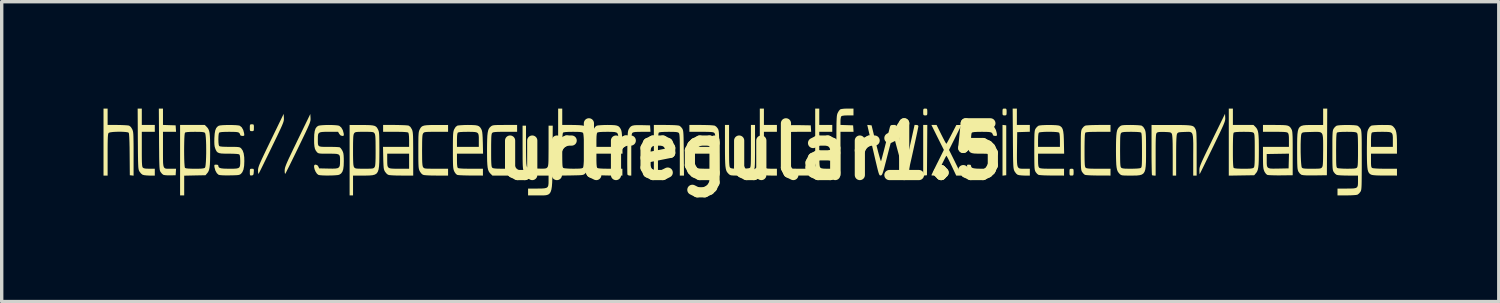
<source format=kicad_pcb>
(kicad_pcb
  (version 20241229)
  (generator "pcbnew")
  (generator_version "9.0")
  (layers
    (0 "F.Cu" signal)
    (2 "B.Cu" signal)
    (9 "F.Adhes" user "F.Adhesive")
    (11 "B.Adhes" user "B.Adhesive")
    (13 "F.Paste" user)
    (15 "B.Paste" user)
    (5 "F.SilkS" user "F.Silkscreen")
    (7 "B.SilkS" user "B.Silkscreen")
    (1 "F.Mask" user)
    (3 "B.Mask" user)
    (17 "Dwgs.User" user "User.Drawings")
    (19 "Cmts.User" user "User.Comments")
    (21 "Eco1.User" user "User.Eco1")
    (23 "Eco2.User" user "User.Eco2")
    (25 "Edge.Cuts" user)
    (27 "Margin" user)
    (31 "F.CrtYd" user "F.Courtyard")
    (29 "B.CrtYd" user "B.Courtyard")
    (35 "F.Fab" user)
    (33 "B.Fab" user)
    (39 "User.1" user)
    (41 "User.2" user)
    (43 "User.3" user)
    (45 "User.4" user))
  (footprint "urlregular1.5"
    (layer "F.Cu")
    (at 19.055 1.418)
    (property "Reference" "urlregular1.5" (at 0 0 0) (layer "F.SilkS") (effects (font (size 1.524 1.524) (thickness 0.3))))
    (attr board_only exclude_from_pos_files exclude_from_bom)
    (fp_poly (pts (xy 5.207 0.695) (xy 5.152 0.701) (xy 5.096 0.708) (xy 5.096 -0.786) (xy 5.217 -0.786)) (stroke (width 0) (type solid)) (fill yes) (layer "F.SilkS"))
    (fp_poly (pts (xy 7.488 -0.782) (xy 7.543 -0.775) (xy 7.543 0.695) (xy 7.488 0.701) (xy 7.433 0.708) (xy 7.433 -0.788)) (stroke (width 0) (type solid)) (fill yes) (layer "F.SilkS"))
    (fp_poly (pts (xy -14.648 -0.804) (xy -14.63 -0.79) (xy -14.624 -0.755) (xy -14.624 -0.705) (xy -14.625 -0.645) (xy -14.633 -0.616) (xy -14.654 -0.605) (xy -14.684 -0.604) (xy -14.72 -0.606) (xy -14.738 -0.62) (xy -14.744 -0.655) (xy -14.744 -0.705) (xy -14.743 -0.765) (xy -14.735 -0.794) (xy -14.714 -0.805) (xy -14.684 -0.806)) (stroke (width 0) (type solid)) (fill yes) (layer "F.SilkS"))
    (fp_poly (pts (xy -14.646 0.506) (xy -14.629 0.519) (xy -14.625 0.553) (xy -14.628 0.599) (xy -14.634 0.658) (xy -14.646 0.687) (xy -14.672 0.699) (xy -14.689 0.701) (xy -14.722 0.703) (xy -14.738 0.691) (xy -14.744 0.656) (xy -14.744 0.606) (xy -14.743 0.546) (xy -14.735 0.515) (xy -14.715 0.505) (xy -14.683 0.504)) (stroke (width 0) (type solid)) (fill yes) (layer "F.SilkS"))
    (fp_poly (pts (xy 3.243 0.507) (xy 3.258 0.523) (xy 3.263 0.564) (xy 3.263 0.604) (xy 3.261 0.664) (xy 3.253 0.694) (xy 3.233 0.704) (xy 3.213 0.705) (xy 3.183 0.702) (xy 3.168 0.685) (xy 3.163 0.645) (xy 3.162 0.604) (xy 3.164 0.545) (xy 3.172 0.515) (xy 3.193 0.505) (xy 3.213 0.504)) (stroke (width 0) (type solid)) (fill yes) (layer "F.SilkS"))
    (fp_poly (pts (xy 5.192 -1.267) (xy 5.21 -1.253) (xy 5.216 -1.218) (xy 5.217 -1.168) (xy 5.216 -1.109) (xy 5.208 -1.079) (xy 5.186 -1.069) (xy 5.157 -1.068) (xy 5.121 -1.07) (xy 5.103 -1.083) (xy 5.097 -1.119) (xy 5.096 -1.168) (xy 5.097 -1.228) (xy 5.106 -1.258) (xy 5.127 -1.268) (xy 5.157 -1.269)) (stroke (width 0) (type solid)) (fill yes) (layer "F.SilkS"))
    (fp_poly (pts (xy 7.529 -1.267) (xy 7.547 -1.253) (xy 7.553 -1.218) (xy 7.554 -1.168) (xy 7.552 -1.109) (xy 7.544 -1.079) (xy 7.523 -1.069) (xy 7.493 -1.068) (xy 7.457 -1.07) (xy 7.439 -1.083) (xy 7.433 -1.119) (xy 7.433 -1.168) (xy 7.434 -1.228) (xy 7.442 -1.258) (xy 7.463 -1.268) (xy 7.493 -1.269)) (stroke (width 0) (type solid)) (fill yes) (layer "F.SilkS"))
    (fp_poly (pts (xy 9.503 0.506) (xy 9.521 0.519) (xy 9.527 0.555) (xy 9.528 0.604) (xy 9.526 0.664) (xy 9.518 0.694) (xy 9.497 0.704) (xy 9.467 0.705) (xy 9.431 0.703) (xy 9.413 0.689) (xy 9.407 0.654) (xy 9.407 0.604) (xy 9.408 0.545) (xy 9.416 0.515) (xy 9.437 0.505) (xy 9.467 0.504)) (stroke (width 0) (type solid)) (fill yes) (layer "F.SilkS"))
    (fp_poly (pts (xy -13.741 -0.997) (xy -13.74 -0.968) (xy -13.741 -0.939) (xy -13.746 -0.909) (xy -13.756 -0.872) (xy -13.773 -0.825) (xy -13.798 -0.764) (xy -13.833 -0.686) (xy -13.88 -0.586) (xy -13.939 -0.461) (xy -14.013 -0.308) (xy -14.103 -0.123) (xy -14.182 0.04) (xy -14.256 0.191) (xy -14.323 0.328) (xy -14.381 0.446) (xy -14.428 0.541) (xy -14.463 0.609) (xy -14.483 0.647) (xy -14.487 0.654) (xy -14.495 0.646) (xy -14.501 0.607) (xy -14.503 0.559) (xy -14.502 0.53) (xy -14.498 0.499) (xy -14.49 0.464) (xy -14.476 0.42) (xy -14.454 0.364) (xy -14.423 0.293) (xy -14.382 0.202) (xy -14.328 0.088) (xy -14.261 -0.053) (xy -14.178 -0.224) (xy -14.125 -0.334) (xy -13.747 -1.113)) (stroke (width 0) (type solid)) (fill yes) (layer "F.SilkS"))
    (fp_poly (pts (xy -12.956 -0.994) (xy -12.955 -0.964) (xy -12.956 -0.936) (xy -12.96 -0.906) (xy -12.971 -0.868) (xy -12.987 -0.821) (xy -13.013 -0.76) (xy -13.048 -0.682) (xy -13.094 -0.582) (xy -13.154 -0.457) (xy -13.228 -0.303) (xy -13.316 -0.122) (xy -13.395 0.041) (xy -13.469 0.192) (xy -13.536 0.329) (xy -13.594 0.447) (xy -13.642 0.541) (xy -13.676 0.61) (xy -13.696 0.647) (xy -13.7 0.654) (xy -13.709 0.647) (xy -13.716 0.607) (xy -13.717 0.561) (xy -13.716 0.531) (xy -13.712 0.501) (xy -13.704 0.465) (xy -13.689 0.421) (xy -13.667 0.364) (xy -13.636 0.292) (xy -13.594 0.199) (xy -13.539 0.084) (xy -13.471 -0.059) (xy -13.387 -0.232) (xy -13.34 -0.331) (xy -12.962 -1.109)) (stroke (width 0) (type solid)) (fill yes) (layer "F.SilkS"))
    (fp_poly (pts (xy 13.995 -1.004) (xy 13.996 -0.976) (xy 13.994 -0.949) (xy 13.989 -0.917) (xy 13.978 -0.879) (xy 13.96 -0.831) (xy 13.934 -0.767) (xy 13.897 -0.686) (xy 13.849 -0.583) (xy 13.788 -0.455) (xy 13.712 -0.297) (xy 13.626 -0.12) (xy 13.546 0.044) (xy 13.472 0.197) (xy 13.405 0.334) (xy 13.347 0.453) (xy 13.3 0.548) (xy 13.266 0.617) (xy 13.246 0.656) (xy 13.242 0.663) (xy 13.238 0.649) (xy 13.235 0.606) (xy 13.234 0.552) (xy 13.234 0.522) (xy 13.237 0.492) (xy 13.244 0.458) (xy 13.257 0.417) (xy 13.277 0.365) (xy 13.305 0.298) (xy 13.344 0.213) (xy 13.395 0.105) (xy 13.459 -0.028) (xy 13.538 -0.19) (xy 13.611 -0.341) (xy 13.989 -1.115)) (stroke (width 0) (type solid)) (fill yes) (layer "F.SilkS"))
    (fp_poly (pts (xy 3.042 -1.068) (xy 2.874 -1.068) (xy 2.781 -1.065) (xy 2.715 -1.056) (xy 2.683 -1.043) (xy 2.67 -1.011) (xy 2.661 -0.953) (xy 2.659 -0.903) (xy 2.659 -0.787) (xy 2.845 -0.781) (xy 3.031 -0.775) (xy 3.038 -0.68) (xy 3.044 -0.584) (xy 2.659 -0.584) (xy 2.659 0.705) (xy 2.538 0.705) (xy 2.538 -0.176) (xy 2.539 -0.389) (xy 2.539 -0.565) (xy 2.54 -0.709) (xy 2.541 -0.824) (xy 2.544 -0.914) (xy 2.547 -0.984) (xy 2.551 -1.036) (xy 2.556 -1.075) (xy 2.563 -1.104) (xy 2.571 -1.128) (xy 2.577 -1.141) (xy 2.609 -1.198) (xy 2.644 -1.239) (xy 2.656 -1.247) (xy 2.694 -1.257) (xy 2.76 -1.265) (xy 2.842 -1.269) (xy 2.869 -1.269) (xy 3.042 -1.269)) (stroke (width 0) (type solid)) (fill yes) (layer "F.SilkS"))
    (fp_poly (pts (xy 0.403 -0.786) (xy 0.786 -0.786) (xy 0.786 -0.584) (xy 0.403 -0.584) (xy 0.403 -0.072) (xy 0.403 0.088) (xy 0.404 0.213) (xy 0.406 0.307) (xy 0.41 0.374) (xy 0.415 0.421) (xy 0.422 0.45) (xy 0.431 0.468) (xy 0.435 0.472) (xy 0.465 0.49) (xy 0.519 0.5) (xy 0.603 0.503) (xy 0.626 0.504) (xy 0.786 0.504) (xy 0.786 0.705) (xy 0.616 0.705) (xy 0.53 0.704) (xy 0.472 0.698) (xy 0.432 0.686) (xy 0.399 0.665) (xy 0.387 0.655) (xy 0.363 0.633) (xy 0.343 0.608) (xy 0.326 0.576) (xy 0.313 0.534) (xy 0.303 0.478) (xy 0.295 0.405) (xy 0.29 0.311) (xy 0.286 0.192) (xy 0.284 0.045) (xy 0.282 -0.135) (xy 0.282 -0.349) (xy 0.282 -0.422) (xy 0.282 -1.269) (xy 0.403 -1.269)) (stroke (width 0) (type solid)) (fill yes) (layer "F.SilkS"))
    (fp_poly (pts (xy 2.034 -0.786) (xy 2.417 -0.786) (xy 2.417 -0.584) (xy 2.034 -0.584) (xy 2.034 -0.072) (xy 2.035 0.088) (xy 2.036 0.213) (xy 2.038 0.307) (xy 2.041 0.374) (xy 2.046 0.421) (xy 2.053 0.45) (xy 2.063 0.468) (xy 2.066 0.472) (xy 2.097 0.49) (xy 2.151 0.5) (xy 2.235 0.503) (xy 2.257 0.504) (xy 2.417 0.504) (xy 2.417 0.705) (xy 2.247 0.705) (xy 2.161 0.704) (xy 2.104 0.698) (xy 2.064 0.686) (xy 2.03 0.665) (xy 2.018 0.655) (xy 1.994 0.633) (xy 1.974 0.608) (xy 1.958 0.576) (xy 1.945 0.534) (xy 1.934 0.478) (xy 1.927 0.405) (xy 1.921 0.311) (xy 1.917 0.192) (xy 1.915 0.045) (xy 1.914 -0.135) (xy 1.914 -0.349) (xy 1.914 -0.422) (xy 1.914 -1.269) (xy 2.034 -1.269)) (stroke (width 0) (type solid)) (fill yes) (layer "F.SilkS"))
    (fp_poly (pts (xy 7.856 -0.786) (xy 8.238 -0.786) (xy 8.238 -0.586) (xy 8.052 -0.58) (xy 7.866 -0.574) (xy 7.86 -0.083) (xy 7.858 0.086) (xy 7.858 0.219) (xy 7.861 0.32) (xy 7.868 0.394) (xy 7.882 0.445) (xy 7.904 0.477) (xy 7.935 0.495) (xy 7.977 0.502) (xy 8.032 0.504) (xy 8.078 0.504) (xy 8.238 0.504) (xy 8.238 0.705) (xy 8.082 0.705) (xy 8 0.701) (xy 7.927 0.693) (xy 7.879 0.681) (xy 7.876 0.679) (xy 7.835 0.646) (xy 7.795 0.592) (xy 7.785 0.574) (xy 7.775 0.553) (xy 7.767 0.529) (xy 7.761 0.499) (xy 7.755 0.458) (xy 7.751 0.404) (xy 7.748 0.331) (xy 7.745 0.237) (xy 7.743 0.117) (xy 7.742 -0.032) (xy 7.74 -0.215) (xy 7.739 -0.388) (xy 7.732 -1.269) (xy 7.856 -1.269)) (stroke (width 0) (type solid)) (fill yes) (layer "F.SilkS"))
    (fp_poly (pts (xy -17.927 -0.786) (xy -17.544 -0.786) (xy -17.544 -0.584) (xy -17.927 -0.584) (xy -17.927 -0.072) (xy -17.927 0.088) (xy -17.926 0.213) (xy -17.924 0.307) (xy -17.92 0.374) (xy -17.915 0.421) (xy -17.908 0.45) (xy -17.899 0.468) (xy -17.895 0.472) (xy -17.865 0.49) (xy -17.811 0.5) (xy -17.727 0.503) (xy -17.704 0.504) (xy -17.544 0.504) (xy -17.544 0.705) (xy -17.7 0.705) (xy -17.783 0.701) (xy -17.855 0.693) (xy -17.902 0.681) (xy -17.906 0.679) (xy -17.948 0.646) (xy -17.99 0.594) (xy -17.996 0.584) (xy -18.006 0.566) (xy -18.015 0.545) (xy -18.021 0.519) (xy -18.027 0.482) (xy -18.031 0.432) (xy -18.034 0.365) (xy -18.037 0.277) (xy -18.039 0.163) (xy -18.041 0.021) (xy -18.042 -0.154) (xy -18.044 -0.365) (xy -18.044 -0.378) (xy -18.049 -1.269) (xy -17.927 -1.269)) (stroke (width 0) (type solid)) (fill yes) (layer "F.SilkS"))
    (fp_poly (pts (xy -17.303 -0.787) (xy -17.116 -0.781) (xy -16.93 -0.775) (xy -16.924 -0.68) (xy -16.918 -0.584) (xy -17.303 -0.584) (xy -17.303 -0.061) (xy -17.303 0.105) (xy -17.302 0.234) (xy -17.3 0.333) (xy -17.292 0.404) (xy -17.279 0.452) (xy -17.258 0.482) (xy -17.227 0.498) (xy -17.185 0.504) (xy -17.13 0.504) (xy -17.071 0.504) (xy -16.918 0.504) (xy -16.924 0.599) (xy -16.93 0.695) (xy -17.091 0.699) (xy -17.173 0.698) (xy -17.243 0.693) (xy -17.289 0.684) (xy -17.294 0.682) (xy -17.333 0.651) (xy -17.371 0.603) (xy -17.375 0.598) (xy -17.384 0.581) (xy -17.392 0.56) (xy -17.398 0.532) (xy -17.403 0.492) (xy -17.407 0.438) (xy -17.41 0.366) (xy -17.413 0.271) (xy -17.415 0.151) (xy -17.416 0.000319) (xy -17.418 -0.183) (xy -17.419 -0.368) (xy -17.425 -1.269) (xy -17.303 -1.269)) (stroke (width 0) (type solid)) (fill yes) (layer "F.SilkS"))
    (fp_poly (pts (xy -3.2 -0.781) (xy -2.951 -0.775) (xy -2.945 -0.68) (xy -2.939 -0.584) (xy -3.19 -0.584) (xy -3.301 -0.583) (xy -3.378 -0.58) (xy -3.429 -0.573) (xy -3.46 -0.562) (xy -3.473 -0.552) (xy -3.482 -0.539) (xy -3.489 -0.516) (xy -3.495 -0.479) (xy -3.499 -0.423) (xy -3.502 -0.345) (xy -3.504 -0.24) (xy -3.505 -0.104) (xy -3.505 0.067) (xy -3.505 0.092) (xy -3.505 0.705) (xy -3.556 0.705) (xy -3.598 0.695) (xy -3.618 0.676) (xy -3.62 0.65) (xy -3.622 0.588) (xy -3.623 0.496) (xy -3.624 0.38) (xy -3.624 0.244) (xy -3.623 0.093) (xy -3.622 0.027) (xy -3.62 -0.151) (xy -3.618 -0.293) (xy -3.615 -0.404) (xy -3.611 -0.488) (xy -3.607 -0.55) (xy -3.601 -0.596) (xy -3.593 -0.628) (xy -3.584 -0.652) (xy -3.58 -0.659) (xy -3.549 -0.709) (xy -3.515 -0.744) (xy -3.47 -0.766) (xy -3.407 -0.778) (xy -3.319 -0.782)) (stroke (width 0) (type solid)) (fill yes) (layer "F.SilkS"))
    (fp_poly (pts (xy 5.629 -0.505) (xy 5.678 -0.409) (xy 5.72 -0.328) (xy 5.753 -0.269) (xy 5.775 -0.236) (xy 5.78 -0.231) (xy 5.792 -0.25) (xy 5.82 -0.299) (xy 5.859 -0.372) (xy 5.906 -0.461) (xy 5.932 -0.511) (xy 6.073 -0.785) (xy 6.149 -0.785) (xy 6.224 -0.786) (xy 5.857 -0.051) (xy 5.993 0.221) (xy 6.045 0.327) (xy 6.095 0.429) (xy 6.138 0.518) (xy 6.17 0.584) (xy 6.176 0.599) (xy 6.224 0.705) (xy 6.069 0.705) (xy 5.931 0.413) (xy 5.884 0.314) (xy 5.842 0.23) (xy 5.808 0.166) (xy 5.786 0.128) (xy 5.78 0.121) (xy 5.768 0.138) (xy 5.741 0.186) (xy 5.705 0.258) (xy 5.66 0.348) (xy 5.63 0.413) (xy 5.492 0.705) (xy 5.415 0.705) (xy 5.366 0.703) (xy 5.339 0.697) (xy 5.338 0.695) (xy 5.346 0.675) (xy 5.37 0.624) (xy 5.407 0.549) (xy 5.454 0.453) (xy 5.508 0.344) (xy 5.522 0.317) (xy 5.705 -0.051) (xy 5.521 -0.418) (xy 5.338 -0.786) (xy 5.49 -0.786)) (stroke (width 0) (type solid)) (fill yes) (layer "F.SilkS"))
    (fp_poly (pts (xy -2.355 -0.784) (xy -2.242 -0.781) (xy -2.156 -0.775) (xy -2.101 -0.767) (xy -2.089 -0.764) (xy -2.046 -0.732) (xy -2.005 -0.683) (xy -2.002 -0.678) (xy -1.992 -0.658) (xy -1.983 -0.634) (xy -1.976 -0.6) (xy -1.971 -0.554) (xy -1.967 -0.49) (xy -1.964 -0.404) (xy -1.962 -0.291) (xy -1.96 -0.147) (xy -1.958 0.033) (xy -1.958 0.045) (xy -1.952 0.705) (xy -2.075 0.705) (xy -2.075 0.092) (xy -2.075 -0.084) (xy -2.076 -0.225) (xy -2.077 -0.333) (xy -2.08 -0.414) (xy -2.084 -0.473) (xy -2.089 -0.512) (xy -2.096 -0.537) (xy -2.105 -0.551) (xy -2.106 -0.552) (xy -2.127 -0.566) (xy -2.163 -0.575) (xy -2.22 -0.581) (xy -2.305 -0.583) (xy -2.404 -0.584) (xy -2.535 -0.582) (xy -2.627 -0.577) (xy -2.681 -0.567) (xy -2.695 -0.56) (xy -2.702 -0.54) (xy -2.708 -0.496) (xy -2.713 -0.425) (xy -2.716 -0.323) (xy -2.718 -0.188) (xy -2.719 -0.017) (xy -2.719 0.085) (xy -2.719 0.705) (xy -2.84 0.705) (xy -2.84 -0.786) (xy -2.489 -0.786)) (stroke (width 0) (type solid)) (fill yes) (layer "F.SilkS"))
    (fp_poly (pts (xy -18.934 -0.786) (xy -18.643 -0.786) (xy -18.535 -0.784) (xy -18.437 -0.78) (xy -18.359 -0.775) (xy -18.309 -0.768) (xy -18.3 -0.766) (xy -18.252 -0.729) (xy -18.209 -0.661) (xy -18.209 -0.66) (xy -18.198 -0.633) (xy -18.189 -0.604) (xy -18.182 -0.566) (xy -18.177 -0.516) (xy -18.174 -0.449) (xy -18.172 -0.36) (xy -18.17 -0.244) (xy -18.169 -0.097) (xy -18.169 0.067) (xy -18.169 0.708) (xy -18.224 0.701) (xy -18.28 0.695) (xy -18.285 0.082) (xy -18.287 -0.123) (xy -18.291 -0.289) (xy -18.296 -0.415) (xy -18.302 -0.501) (xy -18.309 -0.548) (xy -18.313 -0.557) (xy -18.343 -0.57) (xy -18.405 -0.579) (xy -18.488 -0.585) (xy -18.583 -0.587) (xy -18.68 -0.585) (xy -18.77 -0.58) (xy -18.844 -0.571) (xy -18.892 -0.559) (xy -18.903 -0.552) (xy -18.912 -0.539) (xy -18.919 -0.516) (xy -18.924 -0.479) (xy -18.928 -0.423) (xy -18.931 -0.345) (xy -18.933 -0.24) (xy -18.934 -0.104) (xy -18.934 0.067) (xy -18.934 0.092) (xy -18.934 0.705) (xy -19.055 0.705) (xy -19.055 -1.269) (xy -18.934 -1.269)) (stroke (width 0) (type solid)) (fill yes) (layer "F.SilkS"))
    (fp_poly (pts (xy -6.869 -0.584) (xy -7.22 -0.584) (xy -7.351 -0.584) (xy -7.448 -0.582) (xy -7.516 -0.578) (xy -7.561 -0.572) (xy -7.588 -0.563) (xy -7.602 -0.552) (xy -7.613 -0.537) (xy -7.62 -0.511) (xy -7.626 -0.47) (xy -7.63 -0.408) (xy -7.632 -0.321) (xy -7.634 -0.204) (xy -7.634 -0.051) (xy -7.634 -0.04) (xy -7.634 0.115) (xy -7.633 0.234) (xy -7.63 0.323) (xy -7.626 0.386) (xy -7.621 0.429) (xy -7.613 0.455) (xy -7.603 0.471) (xy -7.602 0.472) (xy -7.585 0.484) (xy -7.554 0.492) (xy -7.506 0.498) (xy -7.433 0.502) (xy -7.331 0.503) (xy -7.22 0.504) (xy -6.869 0.504) (xy -6.869 0.705) (xy -7.597 0.705) (xy -7.654 0.648) (xy -7.684 0.614) (xy -7.707 0.576) (xy -7.725 0.527) (xy -7.738 0.464) (xy -7.746 0.381) (xy -7.752 0.272) (xy -7.754 0.134) (xy -7.755 -0.036) (xy -7.754 -0.214) (xy -7.751 -0.357) (xy -7.746 -0.469) (xy -7.736 -0.555) (xy -7.723 -0.62) (xy -7.705 -0.668) (xy -7.681 -0.705) (xy -7.65 -0.735) (xy -7.65 -0.735) (xy -7.628 -0.753) (xy -7.605 -0.766) (xy -7.575 -0.775) (xy -7.532 -0.781) (xy -7.469 -0.784) (xy -7.38 -0.785) (xy -7.259 -0.786) (xy -7.23 -0.786) (xy -6.869 -0.786)) (stroke (width 0) (type solid)) (fill yes) (layer "F.SilkS"))
    (fp_poly (pts (xy 1.438 -0.781) (xy 1.783 -0.775) (xy 1.789 -0.68) (xy 1.795 -0.584) (xy 1.435 -0.584) (xy 1.288 -0.583) (xy 1.179 -0.58) (xy 1.104 -0.574) (xy 1.062 -0.566) (xy 1.051 -0.56) (xy 1.043 -0.538) (xy 1.037 -0.49) (xy 1.032 -0.413) (xy 1.029 -0.303) (xy 1.028 -0.158) (xy 1.027 -0.037) (xy 1.027 0.118) (xy 1.028 0.237) (xy 1.03 0.326) (xy 1.033 0.389) (xy 1.037 0.431) (xy 1.044 0.458) (xy 1.053 0.473) (xy 1.064 0.482) (xy 1.066 0.483) (xy 1.1 0.49) (xy 1.168 0.496) (xy 1.263 0.501) (xy 1.378 0.503) (xy 1.449 0.504) (xy 1.793 0.504) (xy 1.793 0.705) (xy 1.435 0.704) (xy 1.293 0.703) (xy 1.187 0.7) (xy 1.11 0.694) (xy 1.058 0.686) (xy 1.026 0.675) (xy 1.025 0.675) (xy 0.992 0.653) (xy 0.966 0.625) (xy 0.945 0.586) (xy 0.93 0.532) (xy 0.919 0.458) (xy 0.912 0.36) (xy 0.909 0.233) (xy 0.907 0.073) (xy 0.907 -0.046) (xy 0.907 -0.208) (xy 0.908 -0.335) (xy 0.91 -0.433) (xy 0.914 -0.506) (xy 0.919 -0.56) (xy 0.926 -0.601) (xy 0.935 -0.633) (xy 0.946 -0.66) (xy 0.99 -0.729) (xy 1.039 -0.766) (xy 1.079 -0.773) (xy 1.152 -0.778) (xy 1.251 -0.781) (xy 1.37 -0.782)) (stroke (width 0) (type solid)) (fill yes) (layer "F.SilkS"))
    (fp_poly (pts (xy -10.347 -0.784) (xy -10.239 -0.781) (xy -10.15 -0.777) (xy -10.087 -0.771) (xy -10.062 -0.766) (xy -10.013 -0.729) (xy -9.971 -0.661) (xy -9.97 -0.66) (xy -9.959 -0.633) (xy -9.951 -0.603) (xy -9.944 -0.566) (xy -9.939 -0.516) (xy -9.935 -0.449) (xy -9.933 -0.359) (xy -9.932 -0.243) (xy -9.931 -0.096) (xy -9.931 0.065) (xy -9.93 0.705) (xy -10.278 0.705) (xy -10.434 0.703) (xy -10.551 0.698) (xy -10.631 0.691) (xy -10.674 0.68) (xy -10.675 0.679) (xy -10.717 0.646) (xy -10.759 0.594) (xy -10.765 0.584) (xy -10.781 0.553) (xy -10.793 0.516) (xy -10.801 0.468) (xy -10.806 0.4) (xy -10.81 0.305) (xy -10.812 0.25) (xy -10.696 0.25) (xy -10.695 0.341) (xy -10.69 0.407) (xy -10.675 0.452) (xy -10.645 0.481) (xy -10.593 0.496) (xy -10.514 0.502) (xy -10.404 0.504) (xy -10.342 0.504) (xy -10.051 0.504) (xy -10.051 0.06) (xy -10.696 0.06) (xy -10.696 0.25) (xy -10.812 0.25) (xy -10.813 0.186) (xy -10.82 -0.141) (xy -10.051 -0.141) (xy -10.051 -0.338) (xy -10.054 -0.446) (xy -10.062 -0.52) (xy -10.074 -0.558) (xy -10.075 -0.56) (xy -10.101 -0.57) (xy -10.158 -0.577) (xy -10.248 -0.582) (xy -10.374 -0.584) (xy -10.458 -0.584) (xy -10.817 -0.584) (xy -10.817 -0.786) (xy -10.465 -0.786)) (stroke (width 0) (type solid)) (fill yes) (layer "F.SilkS"))
    (fp_poly (pts (xy 15.605 -0.785) (xy 15.71 -0.782) (xy 15.788 -0.776) (xy 15.843 -0.764) (xy 15.882 -0.744) (xy 15.911 -0.717) (xy 15.937 -0.679) (xy 15.948 -0.658) (xy 15.958 -0.637) (xy 15.966 -0.609) (xy 15.972 -0.571) (xy 15.976 -0.518) (xy 15.98 -0.446) (xy 15.982 -0.349) (xy 15.983 -0.224) (xy 15.983 -0.066) (xy 15.983 0.05) (xy 15.983 0.695) (xy 15.631 0.699) (xy 15.513 0.699) (xy 15.406 0.697) (xy 15.318 0.694) (xy 15.257 0.689) (xy 15.232 0.684) (xy 15.196 0.655) (xy 15.159 0.603) (xy 15.147 0.579) (xy 15.132 0.54) (xy 15.121 0.496) (xy 15.114 0.439) (xy 15.11 0.361) (xy 15.108 0.256) (xy 15.108 0.254) (xy 15.218 0.254) (xy 15.218 0.345) (xy 15.223 0.41) (xy 15.238 0.455) (xy 15.269 0.482) (xy 15.32 0.497) (xy 15.399 0.501) (xy 15.509 0.5) (xy 15.568 0.499) (xy 15.862 0.493) (xy 15.874 0.059) (xy 15.218 0.07) (xy 15.218 0.254) (xy 15.108 0.254) (xy 15.107 0.176) (xy 15.107 -0.141) (xy 15.872 -0.141) (xy 15.872 -0.331) (xy 15.871 -0.429) (xy 15.865 -0.494) (xy 15.853 -0.534) (xy 15.841 -0.552) (xy 15.823 -0.564) (xy 15.793 -0.573) (xy 15.744 -0.579) (xy 15.672 -0.582) (xy 15.57 -0.584) (xy 15.458 -0.584) (xy 15.107 -0.584) (xy 15.107 -0.786) (xy 15.465 -0.786)) (stroke (width 0) (type solid)) (fill yes) (layer "F.SilkS"))
    (fp_poly (pts (xy 10.615 -0.584) (xy 10.257 -0.584) (xy 10.11 -0.583) (xy 10.001 -0.58) (xy 9.926 -0.574) (xy 9.884 -0.566) (xy 9.874 -0.56) (xy 9.866 -0.538) (xy 9.859 -0.49) (xy 9.855 -0.412) (xy 9.852 -0.301) (xy 9.85 -0.154) (xy 9.85 -0.048) (xy 9.85 0.108) (xy 9.851 0.229) (xy 9.854 0.319) (xy 9.857 0.383) (xy 9.863 0.427) (xy 9.87 0.454) (xy 9.88 0.47) (xy 9.881 0.472) (xy 9.899 0.484) (xy 9.93 0.492) (xy 9.978 0.498) (xy 10.05 0.502) (xy 10.153 0.503) (xy 10.264 0.504) (xy 10.615 0.504) (xy 10.615 0.705) (xy 10.258 0.704) (xy 10.139 0.702) (xy 10.032 0.699) (xy 9.944 0.694) (xy 9.883 0.688) (xy 9.858 0.682) (xy 9.82 0.651) (xy 9.781 0.603) (xy 9.778 0.598) (xy 9.766 0.576) (xy 9.757 0.551) (xy 9.751 0.517) (xy 9.746 0.469) (xy 9.743 0.403) (xy 9.741 0.313) (xy 9.739 0.195) (xy 9.739 0.044) (xy 9.739 -0.04) (xy 9.739 -0.209) (xy 9.74 -0.342) (xy 9.741 -0.444) (xy 9.744 -0.521) (xy 9.748 -0.577) (xy 9.754 -0.617) (xy 9.762 -0.646) (xy 9.772 -0.668) (xy 9.778 -0.678) (xy 9.817 -0.728) (xy 9.861 -0.762) (xy 9.864 -0.764) (xy 9.903 -0.772) (xy 9.976 -0.778) (xy 10.078 -0.783) (xy 10.203 -0.785) (xy 10.264 -0.786) (xy 10.615 -0.786)) (stroke (width 0) (type solid)) (fill yes) (layer "F.SilkS"))
    (fp_poly (pts (xy -1.308 -0.784) (xy -1.195 -0.781) (xy -1.108 -0.775) (xy -1.054 -0.767) (xy -1.042 -0.764) (xy -0.998 -0.732) (xy -0.958 -0.683) (xy -0.955 -0.678) (xy -0.944 -0.658) (xy -0.936 -0.634) (xy -0.929 -0.6) (xy -0.924 -0.554) (xy -0.92 -0.49) (xy -0.917 -0.404) (xy -0.914 -0.291) (xy -0.912 -0.147) (xy -0.911 0.033) (xy -0.91 0.045) (xy -0.904 0.705) (xy -1.263 0.704) (xy -1.382 0.702) (xy -1.489 0.699) (xy -1.577 0.694) (xy -1.638 0.688) (xy -1.663 0.682) (xy -1.702 0.651) (xy -1.741 0.603) (xy -1.744 0.598) (xy -1.759 0.568) (xy -1.77 0.532) (xy -1.777 0.482) (xy -1.783 0.411) (xy -1.787 0.312) (xy -1.788 0.261) (xy -1.672 0.261) (xy -1.671 0.355) (xy -1.667 0.417) (xy -1.659 0.455) (xy -1.646 0.475) (xy -1.637 0.482) (xy -1.604 0.489) (xy -1.54 0.496) (xy -1.453 0.5) (xy -1.35 0.503) (xy -1.314 0.503) (xy -1.027 0.504) (xy -1.027 0.06) (xy -1.672 0.06) (xy -1.672 0.261) (xy -1.788 0.261) (xy -1.789 0.196) (xy -1.796 -0.141) (xy -1.027 -0.141) (xy -1.027 -0.331) (xy -1.029 -0.429) (xy -1.035 -0.494) (xy -1.046 -0.534) (xy -1.059 -0.552) (xy -1.077 -0.564) (xy -1.107 -0.573) (xy -1.156 -0.579) (xy -1.228 -0.582) (xy -1.33 -0.584) (xy -1.442 -0.584) (xy -1.793 -0.584) (xy -1.793 -0.786) (xy -1.441 -0.786)) (stroke (width 0) (type solid)) (fill yes) (layer "F.SilkS"))
    (fp_poly (pts (xy -8.903 -0.584) (xy -9.254 -0.584) (xy -9.381 -0.584) (xy -9.474 -0.583) (xy -9.539 -0.58) (xy -9.581 -0.575) (xy -9.608 -0.567) (xy -9.624 -0.555) (xy -9.637 -0.539) (xy -9.648 -0.519) (xy -9.656 -0.486) (xy -9.661 -0.438) (xy -9.665 -0.367) (xy -9.667 -0.27) (xy -9.668 -0.141) (xy -9.669 -0.04) (xy -9.668 0.112) (xy -9.667 0.228) (xy -9.664 0.315) (xy -9.659 0.377) (xy -9.653 0.419) (xy -9.644 0.447) (xy -9.637 0.459) (xy -9.624 0.475) (xy -9.607 0.487) (xy -9.581 0.495) (xy -9.538 0.5) (xy -9.473 0.502) (xy -9.38 0.503) (xy -9.254 0.504) (xy -8.903 0.504) (xy -8.903 0.705) (xy -9.251 0.705) (xy -9.407 0.703) (xy -9.524 0.698) (xy -9.604 0.691) (xy -9.648 0.68) (xy -9.648 0.679) (xy -9.689 0.646) (xy -9.729 0.592) (xy -9.739 0.574) (xy -9.751 0.547) (xy -9.761 0.517) (xy -9.768 0.48) (xy -9.773 0.429) (xy -9.776 0.36) (xy -9.778 0.267) (xy -9.779 0.145) (xy -9.779 -0.011) (xy -9.779 -0.04) (xy -9.779 -0.202) (xy -9.778 -0.33) (xy -9.777 -0.427) (xy -9.773 -0.5) (xy -9.769 -0.553) (xy -9.762 -0.592) (xy -9.753 -0.623) (xy -9.741 -0.65) (xy -9.739 -0.654) (xy -9.715 -0.698) (xy -9.687 -0.731) (xy -9.651 -0.754) (xy -9.6 -0.77) (xy -9.529 -0.779) (xy -9.431 -0.784) (xy -9.3 -0.785) (xy -9.251 -0.785) (xy -8.903 -0.786)) (stroke (width 0) (type solid)) (fill yes) (layer "F.SilkS"))
    (fp_poly (pts (xy -0.624 -0.173) (xy -0.624 0.004) (xy -0.623 0.144) (xy -0.622 0.253) (xy -0.619 0.334) (xy -0.615 0.392) (xy -0.61 0.431) (xy -0.603 0.456) (xy -0.594 0.471) (xy -0.593 0.472) (xy -0.571 0.486) (xy -0.534 0.495) (xy -0.475 0.501) (xy -0.387 0.503) (xy -0.309 0.504) (xy -0.21 0.502) (xy -0.122 0.498) (xy -0.055 0.491) (xy -0.019 0.483) (xy -0.019 0.483) (xy -0.008 0.475) (xy 0.001 0.463) (xy 0.007 0.441) (xy 0.012 0.406) (xy 0.016 0.353) (xy 0.018 0.277) (xy 0.019 0.175) (xy 0.02 0.043) (xy 0.02 -0.125) (xy 0.02 -0.162) (xy 0.02 -0.786) (xy 0.141 -0.786) (xy 0.141 -0.147) (xy 0.141 0.031) (xy 0.14 0.174) (xy 0.139 0.286) (xy 0.137 0.372) (xy 0.133 0.436) (xy 0.128 0.483) (xy 0.121 0.519) (xy 0.113 0.547) (xy 0.101 0.573) (xy 0.1 0.575) (xy 0.065 0.631) (xy 0.023 0.673) (xy 0.009 0.682) (xy -0.034 0.692) (xy -0.11 0.699) (xy -0.212 0.704) (xy -0.315 0.705) (xy -0.424 0.705) (xy -0.501 0.703) (xy -0.553 0.699) (xy -0.587 0.691) (xy -0.612 0.677) (xy -0.635 0.657) (xy -0.644 0.648) (xy -0.671 0.618) (xy -0.693 0.586) (xy -0.71 0.545) (xy -0.722 0.493) (xy -0.732 0.424) (xy -0.738 0.333) (xy -0.742 0.218) (xy -0.744 0.073) (xy -0.745 -0.107) (xy -0.745 -0.176) (xy -0.745 -0.786) (xy -0.624 -0.786)) (stroke (width 0) (type solid)) (fill yes) (layer "F.SilkS"))
    (fp_poly (pts (xy -16.014 -0.729) (xy -15.984 -0.695) (xy -15.961 -0.656) (xy -15.943 -0.608) (xy -15.93 -0.546) (xy -15.922 -0.463) (xy -15.916 -0.355) (xy -15.914 -0.218) (xy -15.913 -0.045) (xy -15.913 -0.04) (xy -15.914 0.132) (xy -15.916 0.27) (xy -15.921 0.377) (xy -15.93 0.46) (xy -15.942 0.523) (xy -15.958 0.571) (xy -15.98 0.611) (xy -16.003 0.639) (xy -16.05 0.695) (xy -16.364 0.701) (xy -16.678 0.708) (xy -16.678 1.289) (xy -16.799 1.289) (xy -16.799 -0.028) (xy -16.68 -0.028) (xy -16.679 0.098) (xy -16.677 0.216) (xy -16.673 0.321) (xy -16.667 0.404) (xy -16.661 0.46) (xy -16.654 0.479) (xy -16.622 0.491) (xy -16.553 0.499) (xy -16.446 0.503) (xy -16.363 0.504) (xy -16.249 0.503) (xy -16.169 0.5) (xy -16.116 0.493) (xy -16.082 0.484) (xy -16.065 0.472) (xy -16.054 0.441) (xy -16.045 0.376) (xy -16.038 0.285) (xy -16.033 0.175) (xy -16.03 0.053) (xy -16.03 -0.074) (xy -16.031 -0.199) (xy -16.035 -0.316) (xy -16.041 -0.417) (xy -16.049 -0.494) (xy -16.06 -0.542) (xy -16.065 -0.552) (xy -16.086 -0.566) (xy -16.122 -0.575) (xy -16.179 -0.581) (xy -16.264 -0.583) (xy -16.363 -0.584) (xy -16.494 -0.582) (xy -16.586 -0.577) (xy -16.639 -0.567) (xy -16.654 -0.56) (xy -16.662 -0.532) (xy -16.669 -0.471) (xy -16.674 -0.383) (xy -16.677 -0.276) (xy -16.679 -0.155) (xy -16.68 -0.028) (xy -16.799 -0.028) (xy -16.799 -0.786) (xy -16.071 -0.786)) (stroke (width 0) (type solid)) (fill yes) (layer "F.SilkS"))
    (fp_poly (pts (xy 14.221 -0.786) (xy 14.828 -0.786) (xy 14.885 -0.729) (xy 14.915 -0.695) (xy 14.938 -0.656) (xy 14.956 -0.608) (xy 14.969 -0.546) (xy 14.977 -0.463) (xy 14.983 -0.355) (xy 14.985 -0.218) (xy 14.986 -0.045) (xy 14.986 -0.04) (xy 14.985 0.132) (xy 14.983 0.27) (xy 14.978 0.377) (xy 14.969 0.46) (xy 14.957 0.523) (xy 14.941 0.571) (xy 14.919 0.611) (xy 14.896 0.639) (xy 14.849 0.695) (xy 14.474 0.701) (xy 14.1 0.707) (xy 14.1 -0.04) (xy 14.221 -0.04) (xy 14.221 0.13) (xy 14.223 0.263) (xy 14.227 0.362) (xy 14.232 0.429) (xy 14.239 0.468) (xy 14.245 0.479) (xy 14.277 0.491) (xy 14.346 0.499) (xy 14.453 0.503) (xy 14.536 0.504) (xy 14.65 0.503) (xy 14.73 0.5) (xy 14.783 0.493) (xy 14.817 0.484) (xy 14.834 0.472) (xy 14.844 0.457) (xy 14.852 0.431) (xy 14.857 0.389) (xy 14.861 0.328) (xy 14.864 0.24) (xy 14.865 0.123) (xy 14.865 -0.03) (xy 14.865 -0.04) (xy 14.865 -0.195) (xy 14.864 -0.315) (xy 14.861 -0.404) (xy 14.858 -0.467) (xy 14.852 -0.509) (xy 14.844 -0.536) (xy 14.834 -0.552) (xy 14.834 -0.552) (xy 14.813 -0.566) (xy 14.777 -0.575) (xy 14.72 -0.581) (xy 14.635 -0.583) (xy 14.536 -0.584) (xy 14.405 -0.582) (xy 14.313 -0.577) (xy 14.26 -0.567) (xy 14.245 -0.56) (xy 14.237 -0.538) (xy 14.23 -0.49) (xy 14.226 -0.413) (xy 14.223 -0.302) (xy 14.221 -0.157) (xy 14.221 -0.04) (xy 14.1 -0.04) (xy 14.1 -1.269) (xy 14.221 -1.269)) (stroke (width 0) (type solid)) (fill yes) (layer "F.SilkS"))
    (fp_poly (pts (xy -6.607 -0.186) (xy -6.606 -0.000406) (xy -6.604 0.148) (xy -6.601 0.264) (xy -6.597 0.348) (xy -6.59 0.405) (xy -6.583 0.439) (xy -6.581 0.443) (xy -6.569 0.463) (xy -6.554 0.478) (xy -6.527 0.487) (xy -6.483 0.493) (xy -6.414 0.496) (xy -6.314 0.499) (xy -6.284 0.499) (xy -6.174 0.501) (xy -6.097 0.501) (xy -6.047 0.498) (xy -6.014 0.491) (xy -5.994 0.479) (xy -5.977 0.462) (xy -5.967 0.446) (xy -5.959 0.424) (xy -5.953 0.39) (xy -5.948 0.341) (xy -5.945 0.272) (xy -5.944 0.178) (xy -5.943 0.054) (xy -5.942 -0.104) (xy -5.942 -0.173) (xy -5.942 -0.765) (xy -5.819 -0.765) (xy -5.825 0.166) (xy -5.826 0.407) (xy -5.828 0.612) (xy -5.831 0.782) (xy -5.836 0.921) (xy -5.845 1.032) (xy -5.859 1.118) (xy -5.88 1.183) (xy -5.907 1.229) (xy -5.944 1.26) (xy -5.99 1.278) (xy -6.047 1.287) (xy -6.117 1.29) (xy -6.2 1.29) (xy -6.269 1.289) (xy -6.546 1.289) (xy -6.546 1.088) (xy -6.276 1.088) (xy -6.153 1.087) (xy -6.065 1.081) (xy -6.005 1.067) (xy -5.969 1.041) (xy -5.95 0.997) (xy -5.943 0.933) (xy -5.942 0.852) (xy -5.942 0.705) (xy -6.233 0.705) (xy -6.341 0.704) (xy -6.439 0.7) (xy -6.517 0.695) (xy -6.566 0.688) (xy -6.574 0.686) (xy -6.615 0.656) (xy -6.656 0.604) (xy -6.666 0.586) (xy -6.678 0.561) (xy -6.687 0.535) (xy -6.694 0.501) (xy -6.699 0.456) (xy -6.703 0.395) (xy -6.705 0.313) (xy -6.707 0.206) (xy -6.707 0.068) (xy -6.708 -0.105) (xy -6.708 -0.13) (xy -6.708 -0.765) (xy -6.607 -0.765)) (stroke (width 0) (type solid)) (fill yes) (layer "F.SilkS"))
    (fp_poly (pts (xy -8.189 -0.784) (xy -8.1 -0.779) (xy -8.036 -0.767) (xy -7.991 -0.747) (xy -7.957 -0.715) (xy -7.928 -0.671) (xy -7.922 -0.658) (xy -7.908 -0.624) (xy -7.897 -0.577) (xy -7.89 -0.51) (xy -7.884 -0.417) (xy -7.88 -0.291) (xy -7.879 -0.267) (xy -7.872 0.06) (xy -8.641 0.06) (xy -8.641 0.258) (xy -8.639 0.365) (xy -8.631 0.44) (xy -8.618 0.478) (xy -8.617 0.479) (xy -8.591 0.489) (xy -8.535 0.496) (xy -8.445 0.501) (xy -8.319 0.503) (xy -8.234 0.504) (xy -7.876 0.504) (xy -7.876 0.705) (xy -8.233 0.704) (xy -8.352 0.702) (xy -8.46 0.699) (xy -8.549 0.695) (xy -8.611 0.689) (xy -8.637 0.684) (xy -8.673 0.655) (xy -8.71 0.603) (xy -8.722 0.579) (xy -8.734 0.55) (xy -8.743 0.518) (xy -8.75 0.477) (xy -8.755 0.422) (xy -8.758 0.348) (xy -8.76 0.249) (xy -8.761 0.121) (xy -8.761 -0.04) (xy -8.761 -0.141) (xy -8.641 -0.141) (xy -7.997 -0.141) (xy -7.997 -0.331) (xy -7.997 -0.425) (xy -8.003 -0.492) (xy -8.019 -0.537) (xy -8.052 -0.564) (xy -8.108 -0.578) (xy -8.191 -0.583) (xy -8.308 -0.584) (xy -8.326 -0.584) (xy -8.457 -0.582) (xy -8.549 -0.577) (xy -8.602 -0.567) (xy -8.617 -0.56) (xy -8.63 -0.525) (xy -8.638 -0.454) (xy -8.641 -0.35) (xy -8.641 -0.338) (xy -8.641 -0.141) (xy -8.761 -0.141) (xy -8.761 -0.203) (xy -8.76 -0.331) (xy -8.758 -0.429) (xy -8.755 -0.503) (xy -8.75 -0.558) (xy -8.743 -0.599) (xy -8.734 -0.631) (xy -8.722 -0.66) (xy -8.68 -0.728) (xy -8.632 -0.765) (xy -8.631 -0.766) (xy -8.591 -0.773) (xy -8.521 -0.779) (xy -8.429 -0.784) (xy -8.326 -0.786) (xy -8.312 -0.786)) (stroke (width 0) (type solid)) (fill yes) (layer "F.SilkS"))
    (fp_poly (pts (xy -4.08 -0.784) (xy -3.99 -0.779) (xy -3.927 -0.767) (xy -3.882 -0.747) (xy -3.848 -0.715) (xy -3.819 -0.671) (xy -3.813 -0.658) (xy -3.799 -0.624) (xy -3.788 -0.577) (xy -3.781 -0.51) (xy -3.775 -0.417) (xy -3.771 -0.291) (xy -3.77 -0.267) (xy -3.763 0.06) (xy -4.532 0.06) (xy -4.532 0.258) (xy -4.529 0.365) (xy -4.522 0.44) (xy -4.509 0.478) (xy -4.508 0.479) (xy -4.482 0.489) (xy -4.426 0.496) (xy -4.336 0.501) (xy -4.21 0.503) (xy -4.125 0.504) (xy -3.767 0.504) (xy -3.767 0.705) (xy -4.124 0.704) (xy -4.243 0.702) (xy -4.351 0.699) (xy -4.44 0.695) (xy -4.502 0.689) (xy -4.528 0.684) (xy -4.564 0.655) (xy -4.601 0.603) (xy -4.613 0.579) (xy -4.625 0.55) (xy -4.634 0.518) (xy -4.641 0.477) (xy -4.646 0.422) (xy -4.649 0.348) (xy -4.651 0.249) (xy -4.652 0.121) (xy -4.652 -0.04) (xy -4.652 -0.141) (xy -4.532 -0.141) (xy -3.888 -0.141) (xy -3.888 -0.331) (xy -3.888 -0.425) (xy -3.894 -0.492) (xy -3.91 -0.537) (xy -3.943 -0.564) (xy -3.998 -0.578) (xy -4.082 -0.583) (xy -4.199 -0.584) (xy -4.217 -0.584) (xy -4.348 -0.582) (xy -4.44 -0.577) (xy -4.493 -0.567) (xy -4.508 -0.56) (xy -4.521 -0.525) (xy -4.529 -0.454) (xy -4.532 -0.35) (xy -4.532 -0.338) (xy -4.532 -0.141) (xy -4.652 -0.141) (xy -4.652 -0.203) (xy -4.651 -0.331) (xy -4.649 -0.429) (xy -4.646 -0.503) (xy -4.641 -0.558) (xy -4.634 -0.599) (xy -4.625 -0.631) (xy -4.613 -0.66) (xy -4.571 -0.728) (xy -4.523 -0.765) (xy -4.522 -0.766) (xy -4.482 -0.773) (xy -4.412 -0.779) (xy -4.32 -0.784) (xy -4.217 -0.786) (xy -4.203 -0.786)) (stroke (width 0) (type solid)) (fill yes) (layer "F.SilkS"))
    (fp_poly (pts (xy 18.734 -0.785) (xy 18.811 -0.784) (xy 18.863 -0.78) (xy 18.897 -0.771) (xy 18.922 -0.758) (xy 18.945 -0.738) (xy 18.954 -0.729) (xy 18.991 -0.684) (xy 19.018 -0.631) (xy 19.036 -0.563) (xy 19.048 -0.473) (xy 19.054 -0.354) (xy 19.055 -0.227) (xy 19.055 0.06) (xy 18.29 0.06) (xy 18.29 0.261) (xy 18.29 0.354) (xy 18.294 0.415) (xy 18.301 0.452) (xy 18.314 0.473) (xy 18.329 0.483) (xy 18.362 0.49) (xy 18.43 0.496) (xy 18.525 0.501) (xy 18.641 0.503) (xy 18.711 0.504) (xy 19.055 0.504) (xy 19.055 0.705) (xy 18.698 0.704) (xy 18.556 0.703) (xy 18.449 0.7) (xy 18.372 0.694) (xy 18.32 0.686) (xy 18.288 0.675) (xy 18.287 0.675) (xy 18.254 0.653) (xy 18.228 0.625) (xy 18.208 0.586) (xy 18.192 0.532) (xy 18.182 0.458) (xy 18.175 0.36) (xy 18.171 0.233) (xy 18.169 0.073) (xy 18.169 -0.046) (xy 18.169 -0.141) (xy 18.29 -0.141) (xy 18.934 -0.141) (xy 18.934 -0.331) (xy 18.934 -0.425) (xy 18.928 -0.492) (xy 18.911 -0.537) (xy 18.879 -0.564) (xy 18.823 -0.578) (xy 18.74 -0.583) (xy 18.623 -0.584) (xy 18.604 -0.584) (xy 18.474 -0.582) (xy 18.382 -0.577) (xy 18.328 -0.567) (xy 18.314 -0.56) (xy 18.301 -0.525) (xy 18.293 -0.454) (xy 18.29 -0.35) (xy 18.29 -0.338) (xy 18.29 -0.141) (xy 18.169 -0.141) (xy 18.17 -0.208) (xy 18.171 -0.335) (xy 18.173 -0.433) (xy 18.176 -0.506) (xy 18.181 -0.56) (xy 18.188 -0.601) (xy 18.198 -0.633) (xy 18.209 -0.66) (xy 18.251 -0.728) (xy 18.299 -0.765) (xy 18.3 -0.766) (xy 18.339 -0.773) (xy 18.41 -0.779) (xy 18.502 -0.784) (xy 18.606 -0.786) (xy 18.625 -0.786)) (stroke (width 0) (type solid)) (fill yes) (layer "F.SilkS"))
    (fp_poly (pts (xy 8.905 -0.784) (xy 8.997 -0.78) (xy 9.069 -0.773) (xy 9.11 -0.764) (xy 9.152 -0.739) (xy 9.184 -0.706) (xy 9.207 -0.658) (xy 9.223 -0.59) (xy 9.234 -0.497) (xy 9.24 -0.372) (xy 9.242 -0.277) (xy 9.249 0.06) (xy 8.48 0.06) (xy 8.48 0.25) (xy 8.482 0.348) (xy 8.488 0.413) (xy 8.499 0.453) (xy 8.512 0.472) (xy 8.53 0.484) (xy 8.56 0.492) (xy 8.608 0.498) (xy 8.681 0.502) (xy 8.783 0.503) (xy 8.894 0.504) (xy 9.246 0.504) (xy 9.246 0.705) (xy 8.888 0.704) (xy 8.769 0.702) (xy 8.662 0.699) (xy 8.575 0.694) (xy 8.514 0.688) (xy 8.489 0.682) (xy 8.45 0.651) (xy 8.411 0.603) (xy 8.408 0.598) (xy 8.397 0.576) (xy 8.388 0.551) (xy 8.381 0.517) (xy 8.376 0.469) (xy 8.373 0.403) (xy 8.371 0.313) (xy 8.37 0.195) (xy 8.369 0.044) (xy 8.369 -0.04) (xy 8.369 -0.141) (xy 8.48 -0.141) (xy 9.125 -0.141) (xy 9.125 -0.338) (xy 9.122 -0.446) (xy 9.114 -0.52) (xy 9.102 -0.558) (xy 9.1 -0.56) (xy 9.07 -0.57) (xy 9.009 -0.578) (xy 8.926 -0.583) (xy 8.832 -0.585) (xy 8.734 -0.585) (xy 8.643 -0.581) (xy 8.568 -0.575) (xy 8.518 -0.567) (xy 8.504 -0.56) (xy 8.491 -0.525) (xy 8.483 -0.454) (xy 8.48 -0.35) (xy 8.48 -0.338) (xy 8.48 -0.141) (xy 8.369 -0.141) (xy 8.369 -0.209) (xy 8.37 -0.342) (xy 8.372 -0.444) (xy 8.374 -0.521) (xy 8.379 -0.577) (xy 8.384 -0.617) (xy 8.392 -0.646) (xy 8.402 -0.668) (xy 8.408 -0.678) (xy 8.447 -0.728) (xy 8.491 -0.762) (xy 8.494 -0.764) (xy 8.536 -0.773) (xy 8.608 -0.78) (xy 8.7 -0.784) (xy 8.803 -0.785)) (stroke (width 0) (type solid)) (fill yes) (layer "F.SilkS"))
    (fp_poly (pts (xy 16.996 -0.287) (xy 16.99 0.695) (xy 16.638 0.7) (xy 16.491 0.701) (xy 16.38 0.699) (xy 16.301 0.694) (xy 16.251 0.685) (xy 16.235 0.679) (xy 16.192 0.644) (xy 16.154 0.592) (xy 16.149 0.584) (xy 16.139 0.559) (xy 16.131 0.527) (xy 16.124 0.485) (xy 16.12 0.426) (xy 16.117 0.345) (xy 16.115 0.239) (xy 16.114 0.102) (xy 16.114 -0.04) (xy 16.114 -0.086) (xy 16.217 -0.086) (xy 16.218 0.04) (xy 16.222 0.162) (xy 16.227 0.273) (xy 16.234 0.366) (xy 16.242 0.434) (xy 16.252 0.469) (xy 16.253 0.47) (xy 16.27 0.484) (xy 16.3 0.494) (xy 16.349 0.5) (xy 16.424 0.503) (xy 16.531 0.504) (xy 16.549 0.504) (xy 16.658 0.503) (xy 16.733 0.501) (xy 16.783 0.497) (xy 16.814 0.489) (xy 16.834 0.476) (xy 16.848 0.459) (xy 16.859 0.438) (xy 16.867 0.406) (xy 16.872 0.357) (xy 16.876 0.287) (xy 16.878 0.19) (xy 16.879 0.061) (xy 16.88 -0.043) (xy 16.88 -0.205) (xy 16.879 -0.332) (xy 16.874 -0.427) (xy 16.863 -0.495) (xy 16.842 -0.54) (xy 16.809 -0.567) (xy 16.761 -0.58) (xy 16.694 -0.583) (xy 16.607 -0.582) (xy 16.538 -0.58) (xy 16.429 -0.577) (xy 16.353 -0.574) (xy 16.303 -0.569) (xy 16.273 -0.561) (xy 16.255 -0.548) (xy 16.243 -0.529) (xy 16.24 -0.524) (xy 16.231 -0.486) (xy 16.225 -0.416) (xy 16.22 -0.321) (xy 16.217 -0.209) (xy 16.217 -0.086) (xy 16.114 -0.086) (xy 16.114 -0.233) (xy 16.116 -0.389) (xy 16.122 -0.513) (xy 16.135 -0.608) (xy 16.156 -0.677) (xy 16.189 -0.726) (xy 16.235 -0.757) (xy 16.298 -0.775) (xy 16.379 -0.783) (xy 16.481 -0.785) (xy 16.583 -0.785) (xy 16.88 -0.786) (xy 16.88 -1.269) (xy 17.001 -1.269)) (stroke (width 0) (type solid)) (fill yes) (layer "F.SilkS"))
    (fp_poly (pts (xy -5.539 -0.786) (xy -5.248 -0.786) (xy -5.134 -0.784) (xy -5.035 -0.78) (xy -4.959 -0.773) (xy -4.913 -0.765) (xy -4.909 -0.764) (xy -4.866 -0.732) (xy -4.825 -0.683) (xy -4.822 -0.678) (xy -4.811 -0.655) (xy -4.801 -0.628) (xy -4.794 -0.59) (xy -4.789 -0.537) (xy -4.785 -0.463) (xy -4.782 -0.365) (xy -4.78 -0.235) (xy -4.778 -0.091) (xy -4.776 0.092) (xy -4.777 0.239) (xy -4.78 0.355) (xy -4.786 0.445) (xy -4.797 0.513) (xy -4.811 0.565) (xy -4.831 0.604) (xy -4.856 0.636) (xy -4.868 0.648) (xy -4.888 0.665) (xy -4.909 0.677) (xy -4.94 0.686) (xy -4.985 0.692) (xy -5.052 0.696) (xy -5.146 0.698) (xy -5.273 0.701) (xy -5.289 0.701) (xy -5.66 0.707) (xy -5.66 -0.037) (xy -5.539 -0.037) (xy -5.539 0.118) (xy -5.538 0.238) (xy -5.536 0.328) (xy -5.533 0.391) (xy -5.529 0.434) (xy -5.522 0.46) (xy -5.513 0.475) (xy -5.504 0.482) (xy -5.471 0.49) (xy -5.407 0.496) (xy -5.321 0.501) (xy -5.221 0.503) (xy -5.213 0.503) (xy -5.102 0.502) (xy -5.024 0.499) (xy -4.972 0.493) (xy -4.941 0.482) (xy -4.926 0.472) (xy -4.915 0.441) (xy -4.906 0.376) (xy -4.899 0.285) (xy -4.894 0.175) (xy -4.891 0.053) (xy -4.891 -0.074) (xy -4.893 -0.199) (xy -4.896 -0.316) (xy -4.902 -0.417) (xy -4.91 -0.494) (xy -4.921 -0.542) (xy -4.926 -0.552) (xy -4.947 -0.566) (xy -4.983 -0.575) (xy -5.04 -0.581) (xy -5.125 -0.583) (xy -5.224 -0.584) (xy -5.355 -0.582) (xy -5.447 -0.577) (xy -5.5 -0.567) (xy -5.515 -0.56) (xy -5.523 -0.538) (xy -5.53 -0.49) (xy -5.534 -0.413) (xy -5.537 -0.303) (xy -5.539 -0.158) (xy -5.539 -0.037) (xy -5.66 -0.037) (xy -5.66 -1.269) (xy -5.539 -1.269)) (stroke (width 0) (type solid)) (fill yes) (layer "F.SilkS"))
    (fp_poly (pts (xy -11.456 -0.785) (xy -11.314 -0.784) (xy -11.206 -0.781) (xy -11.127 -0.773) (xy -11.07 -0.76) (xy -11.03 -0.739) (xy -11 -0.71) (xy -10.976 -0.67) (xy -10.968 -0.654) (xy -10.956 -0.628) (xy -10.946 -0.598) (xy -10.939 -0.56) (xy -10.934 -0.509) (xy -10.931 -0.44) (xy -10.929 -0.347) (xy -10.928 -0.225) (xy -10.927 -0.069) (xy -10.927 -0.04) (xy -10.928 0.152) (xy -10.93 0.308) (xy -10.937 0.432) (xy -10.951 0.527) (xy -10.975 0.596) (xy -11.01 0.645) (xy -11.06 0.676) (xy -11.127 0.694) (xy -11.214 0.702) (xy -11.322 0.705) (xy -11.406 0.705) (xy -11.703 0.705) (xy -11.703 1.289) (xy -11.804 1.289) (xy -11.804 -0.04) (xy -11.703 -0.04) (xy -11.703 0.112) (xy -11.701 0.228) (xy -11.698 0.315) (xy -11.694 0.377) (xy -11.687 0.419) (xy -11.679 0.447) (xy -11.672 0.459) (xy -11.657 0.477) (xy -11.637 0.489) (xy -11.606 0.497) (xy -11.555 0.501) (xy -11.478 0.503) (xy -11.371 0.504) (xy -11.261 0.503) (xy -11.185 0.501) (xy -11.135 0.497) (xy -11.104 0.489) (xy -11.084 0.477) (xy -11.07 0.459) (xy -11.059 0.438) (xy -11.051 0.406) (xy -11.046 0.357) (xy -11.042 0.287) (xy -11.039 0.189) (xy -11.038 0.06) (xy -11.038 -0.04) (xy -11.039 -0.192) (xy -11.04 -0.309) (xy -11.043 -0.396) (xy -11.047 -0.458) (xy -11.054 -0.5) (xy -11.063 -0.527) (xy -11.07 -0.539) (xy -11.084 -0.557) (xy -11.104 -0.57) (xy -11.136 -0.578) (xy -11.186 -0.582) (xy -11.263 -0.584) (xy -11.371 -0.584) (xy -11.48 -0.584) (xy -11.556 -0.582) (xy -11.606 -0.578) (xy -11.637 -0.57) (xy -11.657 -0.557) (xy -11.672 -0.539) (xy -11.682 -0.519) (xy -11.69 -0.486) (xy -11.696 -0.438) (xy -11.699 -0.367) (xy -11.702 -0.27) (xy -11.703 -0.141) (xy -11.703 -0.04) (xy -11.804 -0.04) (xy -11.804 -0.786)) (stroke (width 0) (type solid)) (fill yes) (layer "F.SilkS"))
    (fp_poly (pts (xy 12.403 -0.785) (xy 12.583 -0.785) (xy 12.727 -0.784) (xy 12.839 -0.781) (xy 12.925 -0.775) (xy 12.988 -0.767) (xy 13.034 -0.754) (xy 13.066 -0.737) (xy 13.089 -0.714) (xy 13.107 -0.686) (xy 13.118 -0.664) (xy 13.128 -0.641) (xy 13.136 -0.612) (xy 13.142 -0.573) (xy 13.146 -0.519) (xy 13.149 -0.445) (xy 13.151 -0.347) (xy 13.153 -0.221) (xy 13.153 -0.062) (xy 13.153 0.055) (xy 13.153 0.705) (xy 13.052 0.705) (xy 13.052 0.094) (xy 13.053 -0.09) (xy 13.053 -0.238) (xy 13.05 -0.353) (xy 13.044 -0.44) (xy 13.033 -0.502) (xy 13.016 -0.544) (xy 12.99 -0.569) (xy 12.955 -0.581) (xy 12.908 -0.584) (xy 12.848 -0.582) (xy 12.789 -0.58) (xy 12.7 -0.576) (xy 12.643 -0.571) (xy 12.609 -0.562) (xy 12.589 -0.547) (xy 12.575 -0.524) (xy 12.567 -0.495) (xy 12.561 -0.444) (xy 12.556 -0.366) (xy 12.552 -0.259) (xy 12.55 -0.118) (xy 12.549 0.058) (xy 12.549 0.116) (xy 12.549 0.705) (xy 12.448 0.705) (xy 12.448 0.116) (xy 12.447 -0.072) (xy 12.446 -0.222) (xy 12.443 -0.339) (xy 12.438 -0.425) (xy 12.432 -0.483) (xy 12.425 -0.518) (xy 12.422 -0.524) (xy 12.408 -0.547) (xy 12.388 -0.562) (xy 12.354 -0.571) (xy 12.298 -0.576) (xy 12.211 -0.58) (xy 12.203 -0.58) (xy 12.108 -0.581) (xy 12.044 -0.578) (xy 12.004 -0.57) (xy 11.979 -0.555) (xy 11.977 -0.553) (xy 11.968 -0.54) (xy 11.96 -0.517) (xy 11.955 -0.482) (xy 11.951 -0.428) (xy 11.948 -0.353) (xy 11.946 -0.252) (xy 11.945 -0.119) (xy 11.945 0.048) (xy 11.945 0.092) (xy 11.945 0.705) (xy 11.898 0.705) (xy 11.855 0.7) (xy 11.837 0.692) (xy 11.834 0.669) (xy 11.831 0.611) (xy 11.829 0.521) (xy 11.827 0.406) (xy 11.825 0.268) (xy 11.824 0.112) (xy 11.824 -0.054) (xy 11.824 -0.786)) (stroke (width 0) (type solid)) (fill yes) (layer "F.SilkS"))
    (fp_poly (pts (xy -12.311 -0.784) (xy -12.218 -0.779) (xy -12.146 -0.771) (xy -12.107 -0.76) (xy -12.05 -0.711) (xy -12.005 -0.634) (xy -11.979 -0.539) (xy -11.974 -0.49) (xy -11.983 -0.468) (xy -12.013 -0.463) (xy -12.021 -0.463) (xy -12.071 -0.478) (xy -12.11 -0.524) (xy -12.144 -0.584) (xy -12.415 -0.584) (xy -12.536 -0.584) (xy -12.622 -0.579) (xy -12.68 -0.567) (xy -12.715 -0.543) (xy -12.733 -0.504) (xy -12.739 -0.446) (xy -12.74 -0.365) (xy -12.74 -0.281) (xy -12.737 -0.221) (xy -12.724 -0.181) (xy -12.695 -0.157) (xy -12.645 -0.145) (xy -12.569 -0.141) (xy -12.459 -0.141) (xy -12.42 -0.141) (xy -12.314 -0.14) (xy -12.22 -0.138) (xy -12.147 -0.134) (xy -12.104 -0.13) (xy -12.097 -0.128) (xy -12.068 -0.104) (xy -12.034 -0.057) (xy -12.02 -0.033) (xy -12 0.01) (xy -11.987 0.056) (xy -11.98 0.115) (xy -11.976 0.197) (xy -11.975 0.282) (xy -11.979 0.417) (xy -11.992 0.518) (xy -12.017 0.592) (xy -12.055 0.644) (xy -12.107 0.679) (xy -12.147 0.689) (xy -12.217 0.696) (xy -12.308 0.701) (xy -12.409 0.703) (xy -12.511 0.703) (xy -12.604 0.7) (xy -12.678 0.694) (xy -12.723 0.685) (xy -12.724 0.685) (xy -12.766 0.651) (xy -12.806 0.592) (xy -12.836 0.521) (xy -12.851 0.453) (xy -12.851 0.444) (xy -12.846 0.4) (xy -12.823 0.384) (xy -12.802 0.383) (xy -12.754 0.4) (xy -12.726 0.438) (xy -12.7 0.493) (xy -12.428 0.499) (xy -12.303 0.501) (xy -12.213 0.497) (xy -12.152 0.485) (xy -12.115 0.459) (xy -12.095 0.418) (xy -12.087 0.357) (xy -12.086 0.278) (xy -12.086 0.199) (xy -12.091 0.141) (xy -12.107 0.102) (xy -12.138 0.079) (xy -12.191 0.066) (xy -12.271 0.061) (xy -12.384 0.06) (xy -12.425 0.06) (xy -12.541 0.06) (xy -12.624 0.059) (xy -12.68 0.055) (xy -12.717 0.048) (xy -12.741 0.037) (xy -12.76 0.021) (xy -12.766 0.015) (xy -12.801 -0.031) (xy -12.826 -0.085) (xy -12.841 -0.154) (xy -12.849 -0.248) (xy -12.85 -0.369) (xy -12.846 -0.505) (xy -12.832 -0.607) (xy -12.808 -0.681) (xy -12.771 -0.731) (xy -12.73 -0.76) (xy -12.686 -0.771) (xy -12.612 -0.779) (xy -12.518 -0.784) (xy -12.414 -0.786)) (stroke (width 0) (type solid)) (fill yes) (layer "F.SilkS"))
    (fp_poly (pts (xy 6.931 -0.784) (xy 7.023 -0.78) (xy 7.095 -0.773) (xy 7.136 -0.764) (xy 7.195 -0.716) (xy 7.239 -0.637) (xy 7.263 -0.547) (xy 7.27 -0.494) (xy 7.264 -0.47) (xy 7.238 -0.464) (xy 7.214 -0.463) (xy 7.165 -0.472) (xy 7.151 -0.492) (xy 7.137 -0.529) (xy 7.119 -0.552) (xy 7.098 -0.566) (xy 7.063 -0.575) (xy 7.006 -0.581) (xy 6.921 -0.583) (xy 6.821 -0.584) (xy 6.69 -0.582) (xy 6.599 -0.577) (xy 6.545 -0.567) (xy 6.53 -0.56) (xy 6.517 -0.526) (xy 6.509 -0.457) (xy 6.506 -0.363) (xy 6.509 -0.266) (xy 6.517 -0.198) (xy 6.53 -0.165) (xy 6.56 -0.154) (xy 6.625 -0.146) (xy 6.727 -0.142) (xy 6.843 -0.141) (xy 6.957 -0.141) (xy 7.038 -0.139) (xy 7.093 -0.135) (xy 7.129 -0.128) (xy 7.154 -0.116) (xy 7.174 -0.099) (xy 7.18 -0.093) (xy 7.225 -0.03) (xy 7.253 0.057) (xy 7.268 0.174) (xy 7.268 0.323) (xy 7.268 0.332) (xy 7.258 0.462) (xy 7.238 0.558) (xy 7.207 0.624) (xy 7.161 0.667) (xy 7.124 0.684) (xy 7.077 0.693) (xy 7.003 0.699) (xy 6.91 0.702) (xy 6.808 0.703) (xy 6.708 0.701) (xy 6.619 0.697) (xy 6.551 0.69) (xy 6.515 0.682) (xy 6.461 0.636) (xy 6.419 0.56) (xy 6.393 0.466) (xy 6.387 0.414) (xy 6.393 0.39) (xy 6.419 0.383) (xy 6.443 0.383) (xy 6.489 0.389) (xy 6.505 0.41) (xy 6.506 0.422) (xy 6.514 0.453) (xy 6.539 0.476) (xy 6.588 0.491) (xy 6.664 0.5) (xy 6.774 0.503) (xy 6.836 0.504) (xy 6.954 0.503) (xy 7.039 0.498) (xy 7.095 0.484) (xy 7.128 0.458) (xy 7.144 0.414) (xy 7.15 0.349) (xy 7.151 0.275) (xy 7.148 0.182) (xy 7.139 0.116) (xy 7.127 0.085) (xy 7.096 0.073) (xy 7.03 0.066) (xy 6.928 0.061) (xy 6.819 0.06) (xy 6.692 0.059) (xy 6.599 0.055) (xy 6.533 0.044) (xy 6.487 0.024) (xy 6.455 -0.006) (xy 6.431 -0.05) (xy 6.415 -0.089) (xy 6.398 -0.144) (xy 6.389 -0.207) (xy 6.386 -0.291) (xy 6.388 -0.397) (xy 6.397 -0.528) (xy 6.414 -0.625) (xy 6.442 -0.694) (xy 6.482 -0.74) (xy 6.52 -0.764) (xy 6.562 -0.773) (xy 6.634 -0.78) (xy 6.726 -0.784) (xy 6.829 -0.785)) (stroke (width 0) (type solid)) (fill yes) (layer "F.SilkS"))
    (fp_poly (pts (xy -15.246 -0.784) (xy -15.154 -0.78) (xy -15.083 -0.773) (xy -15.041 -0.764) (xy -14.982 -0.716) (xy -14.938 -0.637) (xy -14.914 -0.547) (xy -14.907 -0.494) (xy -14.913 -0.47) (xy -14.939 -0.464) (xy -14.963 -0.463) (xy -15.013 -0.472) (xy -15.026 -0.492) (xy -15.04 -0.529) (xy -15.058 -0.552) (xy -15.079 -0.566) (xy -15.115 -0.575) (xy -15.172 -0.581) (xy -15.256 -0.583) (xy -15.356 -0.584) (xy -15.487 -0.582) (xy -15.578 -0.577) (xy -15.632 -0.567) (xy -15.647 -0.56) (xy -15.66 -0.526) (xy -15.668 -0.457) (xy -15.671 -0.363) (xy -15.668 -0.266) (xy -15.66 -0.198) (xy -15.647 -0.165) (xy -15.617 -0.154) (xy -15.552 -0.146) (xy -15.45 -0.142) (xy -15.334 -0.141) (xy -15.22 -0.141) (xy -15.139 -0.139) (xy -15.084 -0.135) (xy -15.048 -0.128) (xy -15.023 -0.116) (xy -15.003 -0.099) (xy -14.997 -0.093) (xy -14.954 -0.032) (xy -14.925 0.052) (xy -14.909 0.164) (xy -14.906 0.28) (xy -14.912 0.419) (xy -14.931 0.526) (xy -14.964 0.604) (xy -15.001 0.649) (xy -15.023 0.667) (xy -15.048 0.68) (xy -15.085 0.689) (xy -15.139 0.694) (xy -15.219 0.697) (xy -15.331 0.699) (xy -15.335 0.699) (xy -15.453 0.7) (xy -15.551 0.697) (xy -15.623 0.691) (xy -15.662 0.683) (xy -15.663 0.683) (xy -15.716 0.635) (xy -15.759 0.558) (xy -15.784 0.466) (xy -15.791 0.414) (xy -15.784 0.39) (xy -15.758 0.383) (xy -15.734 0.383) (xy -15.689 0.389) (xy -15.672 0.41) (xy -15.671 0.422) (xy -15.664 0.453) (xy -15.638 0.476) (xy -15.59 0.491) (xy -15.513 0.5) (xy -15.404 0.503) (xy -15.341 0.504) (xy -15.223 0.503) (xy -15.138 0.498) (xy -15.082 0.484) (xy -15.049 0.458) (xy -15.033 0.414) (xy -15.027 0.349) (xy -15.026 0.275) (xy -15.03 0.182) (xy -15.038 0.116) (xy -15.051 0.085) (xy -15.081 0.073) (xy -15.147 0.066) (xy -15.25 0.061) (xy -15.358 0.06) (xy -15.485 0.059) (xy -15.578 0.055) (xy -15.644 0.044) (xy -15.69 0.024) (xy -15.722 -0.006) (xy -15.746 -0.05) (xy -15.762 -0.089) (xy -15.779 -0.144) (xy -15.788 -0.207) (xy -15.791 -0.291) (xy -15.789 -0.397) (xy -15.78 -0.528) (xy -15.763 -0.625) (xy -15.735 -0.694) (xy -15.695 -0.74) (xy -15.657 -0.764) (xy -15.615 -0.773) (xy -15.543 -0.78) (xy -15.451 -0.784) (xy -15.349 -0.785)) (stroke (width 0) (type solid)) (fill yes) (layer "F.SilkS"))
    (fp_poly (pts (xy 11.314 -0.784) (xy 11.409 -0.78) (xy 11.483 -0.774) (xy 11.528 -0.767) (xy 11.531 -0.766) (xy 11.58 -0.729) (xy 11.622 -0.661) (xy 11.623 -0.66) (xy 11.635 -0.63) (xy 11.644 -0.598) (xy 11.651 -0.556) (xy 11.656 -0.5) (xy 11.659 -0.425) (xy 11.661 -0.326) (xy 11.662 -0.196) (xy 11.662 -0.046) (xy 11.662 0.148) (xy 11.66 0.305) (xy 11.653 0.429) (xy 11.64 0.525) (xy 11.617 0.595) (xy 11.583 0.644) (xy 11.536 0.676) (xy 11.472 0.694) (xy 11.391 0.703) (xy 11.289 0.705) (xy 11.209 0.705) (xy 11.099 0.705) (xy 11.022 0.703) (xy 10.97 0.699) (xy 10.935 0.691) (xy 10.91 0.678) (xy 10.887 0.658) (xy 10.877 0.648) (xy 10.848 0.614) (xy 10.824 0.576) (xy 10.807 0.527) (xy 10.794 0.464) (xy 10.785 0.381) (xy 10.78 0.272) (xy 10.777 0.134) (xy 10.776 -0.036) (xy 10.776 -0.04) (xy 10.897 -0.04) (xy 10.898 0.115) (xy 10.899 0.234) (xy 10.901 0.323) (xy 10.905 0.386) (xy 10.91 0.429) (xy 10.918 0.455) (xy 10.928 0.471) (xy 10.929 0.472) (xy 10.951 0.486) (xy 10.988 0.495) (xy 11.047 0.501) (xy 11.134 0.503) (xy 11.212 0.504) (xy 11.312 0.502) (xy 11.4 0.498) (xy 11.466 0.491) (xy 11.502 0.483) (xy 11.503 0.483) (xy 11.515 0.474) (xy 11.524 0.46) (xy 11.531 0.436) (xy 11.536 0.396) (xy 11.539 0.336) (xy 11.541 0.252) (xy 11.542 0.137) (xy 11.542 -0.012) (xy 11.542 -0.037) (xy 11.541 -0.208) (xy 11.539 -0.342) (xy 11.536 -0.441) (xy 11.53 -0.509) (xy 11.523 -0.548) (xy 11.518 -0.56) (xy 11.486 -0.572) (xy 11.417 -0.579) (xy 11.31 -0.583) (xy 11.227 -0.584) (xy 11.113 -0.583) (xy 11.033 -0.58) (xy 10.979 -0.574) (xy 10.946 -0.564) (xy 10.929 -0.552) (xy 10.919 -0.537) (xy 10.911 -0.511) (xy 10.905 -0.47) (xy 10.901 -0.408) (xy 10.899 -0.321) (xy 10.898 -0.204) (xy 10.897 -0.051) (xy 10.897 -0.04) (xy 10.776 -0.04) (xy 10.777 -0.214) (xy 10.78 -0.357) (xy 10.786 -0.469) (xy 10.795 -0.555) (xy 10.808 -0.62) (xy 10.827 -0.668) (xy 10.851 -0.705) (xy 10.881 -0.735) (xy 10.881 -0.735) (xy 10.907 -0.756) (xy 10.934 -0.77) (xy 10.97 -0.778) (xy 11.022 -0.783) (xy 11.099 -0.785) (xy 11.208 -0.786) (xy 11.21 -0.786)) (stroke (width 0) (type solid)) (fill yes) (layer "F.SilkS"))
    (fp_poly (pts (xy 3.511 -0.782) (xy 3.575 -0.775) (xy 3.708 -0.232) (xy 3.743 -0.092) (xy 3.775 0.032) (xy 3.804 0.136) (xy 3.827 0.216) (xy 3.844 0.266) (xy 3.853 0.283) (xy 3.854 0.282) (xy 3.862 0.254) (xy 3.879 0.194) (xy 3.902 0.106) (xy 3.931 -0.003) (xy 3.963 -0.127) (xy 3.979 -0.191) (xy 4.013 -0.324) (xy 4.044 -0.447) (xy 4.072 -0.555) (xy 4.094 -0.641) (xy 4.108 -0.697) (xy 4.111 -0.71) (xy 4.127 -0.759) (xy 4.151 -0.781) (xy 4.197 -0.786) (xy 4.208 -0.786) (xy 4.285 -0.786) (xy 4.337 -0.599) (xy 4.359 -0.516) (xy 4.39 -0.405) (xy 4.425 -0.277) (xy 4.461 -0.144) (xy 4.485 -0.056) (xy 4.516 0.056) (xy 4.544 0.152) (xy 4.568 0.226) (xy 4.586 0.273) (xy 4.595 0.286) (xy 4.602 0.264) (xy 4.617 0.207) (xy 4.638 0.121) (xy 4.664 0.012) (xy 4.693 -0.116) (xy 4.725 -0.256) (xy 4.725 -0.257) (xy 4.842 -0.786) (xy 4.898 -0.786) (xy 4.942 -0.777) (xy 4.955 -0.75) (xy 4.95 -0.723) (xy 4.938 -0.661) (xy 4.919 -0.569) (xy 4.894 -0.452) (xy 4.864 -0.315) (xy 4.83 -0.161) (xy 4.797 -0.01) (xy 4.756 0.175) (xy 4.722 0.324) (xy 4.695 0.442) (xy 4.673 0.532) (xy 4.655 0.598) (xy 4.641 0.644) (xy 4.628 0.673) (xy 4.616 0.69) (xy 4.605 0.698) (xy 4.591 0.701) (xy 4.59 0.701) (xy 4.575 0.702) (xy 4.563 0.698) (xy 4.551 0.684) (xy 4.537 0.659) (xy 4.521 0.616) (xy 4.501 0.552) (xy 4.476 0.463) (xy 4.444 0.346) (xy 4.404 0.196) (xy 4.38 0.102) (xy 4.34 -0.047) (xy 4.303 -0.183) (xy 4.271 -0.301) (xy 4.244 -0.396) (xy 4.224 -0.464) (xy 4.212 -0.499) (xy 4.21 -0.503) (xy 4.203 -0.485) (xy 4.187 -0.432) (xy 4.164 -0.349) (xy 4.135 -0.241) (xy 4.101 -0.113) (xy 4.064 0.03) (xy 4.047 0.096) (xy 4.004 0.264) (xy 3.969 0.398) (xy 3.942 0.501) (xy 3.92 0.577) (xy 3.902 0.631) (xy 3.888 0.666) (xy 3.874 0.686) (xy 3.862 0.697) (xy 3.848 0.701) (xy 3.845 0.701) (xy 3.831 0.702) (xy 3.818 0.698) (xy 3.807 0.686) (xy 3.795 0.661) (xy 3.78 0.619) (xy 3.763 0.558) (xy 3.741 0.471) (xy 3.714 0.357) (xy 3.679 0.21) (xy 3.648 0.076) (xy 3.611 -0.083) (xy 3.576 -0.235) (xy 3.544 -0.374) (xy 3.516 -0.494) (xy 3.494 -0.589) (xy 3.479 -0.654) (xy 3.475 -0.671) (xy 3.448 -0.788)) (stroke (width 0) (type solid)) (fill yes) (layer "F.SilkS"))
    (fp_poly (pts (xy 17.687 -0.784) (xy 17.779 -0.78) (xy 17.851 -0.773) (xy 17.893 -0.764) (xy 17.936 -0.732) (xy 17.976 -0.683) (xy 17.979 -0.678) (xy 17.988 -0.661) (xy 17.996 -0.64) (xy 18.002 -0.612) (xy 18.007 -0.573) (xy 18.011 -0.52) (xy 18.014 -0.447) (xy 18.016 -0.352) (xy 18.017 -0.231) (xy 18.017 -0.08) (xy 18.018 0.105) (xy 18.018 0.252) (xy 18.018 0.462) (xy 18.017 0.636) (xy 18.016 0.777) (xy 18.015 0.889) (xy 18.013 0.976) (xy 18.01 1.042) (xy 18.006 1.091) (xy 18.001 1.126) (xy 17.994 1.151) (xy 17.986 1.17) (xy 17.979 1.182) (xy 17.94 1.231) (xy 17.896 1.266) (xy 17.893 1.267) (xy 17.854 1.276) (xy 17.784 1.282) (xy 17.692 1.287) (xy 17.585 1.289) (xy 17.574 1.289) (xy 17.303 1.289) (xy 17.303 1.088) (xy 17.573 1.088) (xy 17.696 1.087) (xy 17.784 1.083) (xy 17.844 1.071) (xy 17.88 1.048) (xy 17.899 1.009) (xy 17.906 0.952) (xy 17.907 0.871) (xy 17.907 0.705) (xy 17.616 0.705) (xy 17.502 0.703) (xy 17.402 0.699) (xy 17.326 0.693) (xy 17.281 0.685) (xy 17.277 0.683) (xy 17.233 0.651) (xy 17.193 0.602) (xy 17.19 0.598) (xy 17.179 0.576) (xy 17.17 0.551) (xy 17.163 0.517) (xy 17.158 0.469) (xy 17.155 0.402) (xy 17.153 0.312) (xy 17.152 0.194) (xy 17.152 0.043) (xy 17.152 -0.037) (xy 17.262 -0.037) (xy 17.263 0.118) (xy 17.263 0.238) (xy 17.265 0.328) (xy 17.268 0.391) (xy 17.273 0.434) (xy 17.28 0.46) (xy 17.289 0.475) (xy 17.298 0.482) (xy 17.33 0.49) (xy 17.395 0.496) (xy 17.481 0.501) (xy 17.581 0.503) (xy 17.588 0.503) (xy 17.7 0.502) (xy 17.778 0.499) (xy 17.829 0.493) (xy 17.861 0.482) (xy 17.875 0.472) (xy 17.885 0.457) (xy 17.893 0.431) (xy 17.899 0.389) (xy 17.903 0.328) (xy 17.905 0.24) (xy 17.907 0.123) (xy 17.907 -0.03) (xy 17.907 -0.04) (xy 17.907 -0.195) (xy 17.905 -0.315) (xy 17.903 -0.404) (xy 17.899 -0.467) (xy 17.894 -0.509) (xy 17.886 -0.536) (xy 17.876 -0.552) (xy 17.875 -0.552) (xy 17.854 -0.566) (xy 17.819 -0.575) (xy 17.762 -0.581) (xy 17.677 -0.583) (xy 17.577 -0.584) (xy 17.447 -0.582) (xy 17.355 -0.577) (xy 17.301 -0.567) (xy 17.287 -0.56) (xy 17.278 -0.538) (xy 17.272 -0.49) (xy 17.267 -0.413) (xy 17.264 -0.303) (xy 17.263 -0.158) (xy 17.262 -0.037) (xy 17.152 -0.037) (xy 17.152 -0.04) (xy 17.152 -0.209) (xy 17.152 -0.342) (xy 17.154 -0.444) (xy 17.157 -0.521) (xy 17.161 -0.577) (xy 17.167 -0.617) (xy 17.174 -0.646) (xy 17.185 -0.668) (xy 17.19 -0.678) (xy 17.229 -0.728) (xy 17.273 -0.762) (xy 17.277 -0.764) (xy 17.319 -0.773) (xy 17.391 -0.78) (xy 17.483 -0.784) (xy 17.585 -0.785)) (stroke (width 0) (type solid)) (fill yes) (layer "F.SilkS")))
  (gr_rect
    (start -3 -3)
    (end 41.11 5.836)
    (stroke (width 0.1) (type default))
    (fill no)
    (layer "Edge.Cuts")))
</source>
